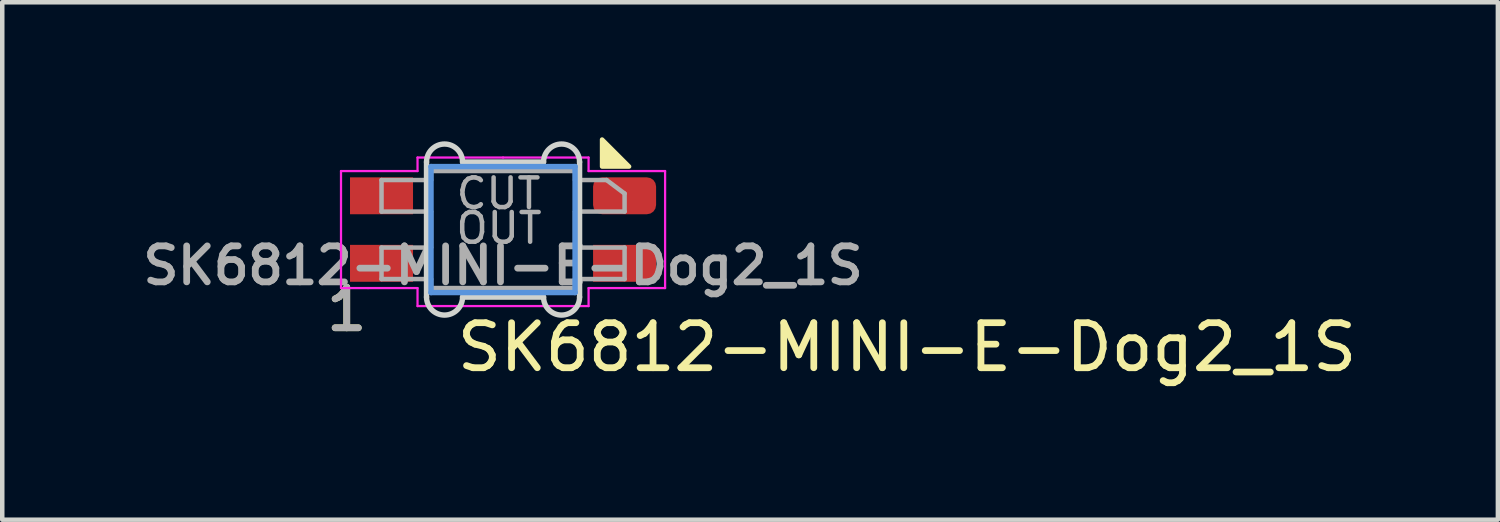
<source format=kicad_pcb>
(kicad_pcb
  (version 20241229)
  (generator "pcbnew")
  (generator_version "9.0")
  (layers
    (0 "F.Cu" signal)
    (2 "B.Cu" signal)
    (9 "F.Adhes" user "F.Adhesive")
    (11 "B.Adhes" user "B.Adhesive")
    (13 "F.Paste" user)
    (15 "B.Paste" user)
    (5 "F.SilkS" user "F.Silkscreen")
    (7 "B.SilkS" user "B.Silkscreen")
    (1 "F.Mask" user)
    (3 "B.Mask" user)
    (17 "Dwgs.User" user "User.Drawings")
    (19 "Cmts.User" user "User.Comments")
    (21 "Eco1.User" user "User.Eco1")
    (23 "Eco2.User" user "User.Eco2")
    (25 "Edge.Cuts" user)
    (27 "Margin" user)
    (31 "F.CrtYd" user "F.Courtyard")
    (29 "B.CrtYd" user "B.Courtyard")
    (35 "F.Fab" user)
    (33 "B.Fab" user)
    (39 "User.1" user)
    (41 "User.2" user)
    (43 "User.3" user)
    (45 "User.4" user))
  (footprint "SK6812-MINI-E-Dog2_1S"
    (layer "F.Cu")
    (at 8.126 2.05)
    (property "Reference" "SK6812-MINI-E-Dog2_1S" (at 0 0.8 0) (unlocked yes) (layer "F.Fab") (effects (font (size 0.8 0.8) (thickness 0.15))))
    (attr smd)
    (private_layers "User.9")
    (fp_poly (pts (xy 2.8 -1.4) (xy 2.2 -1.4) (xy 2.2 -2)) (stroke (width 0.1) (type solid)) (fill yes) (layer "F.SilkS"))
    (fp_line (start -1.696 1.176) (end -1.696 -1.17) (stroke (width 0.12) (type solid)) (layer "B.Adhes"))
    (fp_line (start -1.196 -1.67) (end 1.196 -1.67) (stroke (width 0.12) (type solid)) (layer "B.Adhes"))
    (fp_line (start 1.196 1.676) (end -1.196 1.676) (stroke (width 0.12) (type solid)) (layer "B.Adhes"))
    (fp_line (start 1.696 -1.17) (end 1.696 1.176) (stroke (width 0.12) (type solid)) (layer "B.Adhes"))
    (fp_arc (start -1.696447 -1.170447) (mid -1.55 -1.524) (end -1.196447 -1.670447) (stroke (width 0.12) (type solid)) (layer "B.Adhes"))
    (fp_arc (start -1.196447 1.676) (mid -1.55 1.529553) (end -1.696447 1.176) (stroke (width 0.12) (type solid)) (layer "B.Adhes"))
    (fp_arc (start 1.196446 -1.670447) (mid 1.549995 -1.523996) (end 1.696446 -1.170447) (stroke (width 0.12) (type solid)) (layer "B.Adhes"))
    (fp_arc (start 1.696447 1.176) (mid 1.550002 1.529555) (end 1.196447 1.676) (stroke (width 0.12) (type solid)) (layer "B.Adhes"))
    (fp_line (start -1.6 -1.4) (end 1.6 -1.4) (stroke (width 0.12) (type solid)) (layer "Cmts.User"))
    (fp_line (start -1.6 1.4) (end -1.6 -1.4) (stroke (width 0.12) (type solid)) (layer "Cmts.User"))
    (fp_line (start 1.6 -1.4) (end 1.6 1.4) (stroke (width 0.12) (type solid)) (layer "Cmts.User"))
    (fp_line (start 1.6 1.4) (end -1.6 1.4) (stroke (width 0.12) (type solid)) (layer "Cmts.User"))
    (fp_line (start -1.7 1.5) (end -1.7 -1.5) (stroke (width 0.12) (type solid)) (layer "Edge.Cuts"))
    (fp_line (start -0.9 -1.5) (end 0.9 -1.5) (stroke (width 0.12) (type solid)) (layer "Edge.Cuts"))
    (fp_line (start 0.9 1.5) (end -0.9 1.5) (stroke (width 0.12) (type solid)) (layer "Edge.Cuts"))
    (fp_line (start 1.7 -1.5) (end 1.7 1.5) (stroke (width 0.12) (type solid)) (layer "Edge.Cuts"))
    (fp_arc (start -1.7 -1.5) (mid -1.3 -1.9) (end -0.9 -1.5) (stroke (width 0.12) (type solid)) (layer "Edge.Cuts"))
    (fp_arc (start -0.9 1.5) (mid -1.3 1.9) (end -1.7 1.5) (stroke (width 0.12) (type solid)) (layer "Edge.Cuts"))
    (fp_arc (start 0.9 -1.5) (mid 1.3 -1.9) (end 1.7 -1.5) (stroke (width 0.12) (type solid)) (layer "Edge.Cuts"))
    (fp_arc (start 1.7 1.5) (mid 1.3 1.9) (end 0.9 1.5) (stroke (width 0.12) (type solid)) (layer "Edge.Cuts"))
    (fp_line (start -3.6 -1.3) (end -1.9 -1.3) (stroke (width 0.05) (type default)) (layer "F.CrtYd"))
    (fp_line (start -3.6 1.3) (end -3.6 -1.3) (stroke (width 0.05) (type default)) (layer "F.CrtYd"))
    (fp_line (start -3 1.3) (end -3.6 1.3) (stroke (width 0.05) (type default)) (layer "F.CrtYd"))
    (fp_line (start -1.9 -1.6) (end 0 -1.6) (stroke (width 0.05) (type default)) (layer "F.CrtYd"))
    (fp_line (start -1.9 -1.3) (end -1.9 -1.6) (stroke (width 0.05) (type default)) (layer "F.CrtYd"))
    (fp_line (start -1.9 1.3) (end -3 1.3) (stroke (width 0.05) (type default)) (layer "F.CrtYd"))
    (fp_line (start -1.9 1.7) (end -1.9 1.3) (stroke (width 0.05) (type default)) (layer "F.CrtYd"))
    (fp_line (start 0 -1.6) (end 1.9 -1.6) (stroke (width 0.05) (type default)) (layer "F.CrtYd"))
    (fp_line (start 1.9 -1.6) (end 1.9 -1.3) (stroke (width 0.05) (type default)) (layer "F.CrtYd"))
    (fp_line (start 1.9 -1.3) (end 3.6 -1.3) (stroke (width 0.05) (type default)) (layer "F.CrtYd"))
    (fp_line (start 1.9 1.3) (end 1.9 1.7) (stroke (width 0.05) (type default)) (layer "F.CrtYd"))
    (fp_line (start 1.9 1.7) (end -1.9 1.7) (stroke (width 0.05) (type default)) (layer "F.CrtYd"))
    (fp_line (start 3.6 -1.3) (end 3.6 1.3) (stroke (width 0.05) (type default)) (layer "F.CrtYd"))
    (fp_line (start 3.6 1.3) (end 1.9 1.3) (stroke (width 0.05) (type default)) (layer "F.CrtYd"))
    (fp_line (start -2.7 -1.1) (end -2.7 -0.4) (stroke (width 0.1) (type default)) (layer "F.Fab"))
    (fp_line (start -2.7 -0.4) (end -1.6 -0.4) (stroke (width 0.1) (type default)) (layer "F.Fab"))
    (fp_line (start -2.7 0.4) (end -2.7 1.1) (stroke (width 0.1) (type default)) (layer "F.Fab"))
    (fp_line (start -2.7 1.1) (end -1.6 1.1) (stroke (width 0.1) (type default)) (layer "F.Fab"))
    (fp_line (start -1.6 -1.3) (end -1.6 -1.1) (stroke (width 0.1) (type default)) (layer "F.Fab"))
    (fp_line (start -1.6 -1.1) (end -2.7 -1.1) (stroke (width 0.1) (type default)) (layer "F.Fab"))
    (fp_line (start -1.6 -0.4) (end -1.6 0.4) (stroke (width 0.1) (type default)) (layer "F.Fab"))
    (fp_line (start -1.6 0.4) (end -2.7 0.4) (stroke (width 0.1) (type default)) (layer "F.Fab"))
    (fp_line (start -1.6 1.1) (end -1.6 1.3) (stroke (width 0.1) (type default)) (layer "F.Fab"))
    (fp_line (start -1.6 1.3) (end 1.6 1.3) (stroke (width 0.1) (type default)) (layer "F.Fab"))
    (fp_line (start 1.6 -1.3) (end -1.6 -1.3) (stroke (width 0.1) (type default)) (layer "F.Fab"))
    (fp_line (start 1.6 -1.1) (end 1.6 -1.3) (stroke (width 0.1) (type default)) (layer "F.Fab"))
    (fp_line (start 1.6 -0.4) (end 2.7 -0.4) (stroke (width 0.1) (type default)) (layer "F.Fab"))
    (fp_line (start 1.6 0.4) (end 1.6 -0.4) (stroke (width 0.1) (type default)) (layer "F.Fab"))
    (fp_line (start 1.6 1.1) (end 2.7 1.1) (stroke (width 0.1) (type default)) (layer "F.Fab"))
    (fp_line (start 1.6 1.3) (end 1.6 1.1) (stroke (width 0.1) (type default)) (layer "F.Fab"))
    (fp_line (start 2.3 -1.1) (end 1.6 -1.1) (stroke (width 0.1) (type default)) (layer "F.Fab"))
    (fp_line (start 2.7 -0.8) (end 2.3 -1.1) (stroke (width 0.1) (type default)) (layer "F.Fab"))
    (fp_line (start 2.7 -0.4) (end 2.7 -0.8) (stroke (width 0.1) (type default)) (layer "F.Fab"))
    (fp_line (start 2.7 0.4) (end 1.6 0.4) (stroke (width 0.1) (type default)) (layer "F.Fab"))
    (fp_line (start 2.7 1.1) (end 2.7 0.4) (stroke (width 0.1) (type default)) (layer "F.Fab"))
    (fp_text user "${REFERENCE}" (at -1.1 3.2 0) (unlocked yes) (layer "F.SilkS") (effects (font (size 1 1) (thickness 0.15)) (justify left bottom)))
    (fp_text user "1" (at -4 2.3 0) (unlocked yes) (layer "F.SilkS") (effects (font (size 0.9 0.9) (thickness 0.15)) (justify left bottom)))
    (fp_text user "CUT" (at -0.1 -0.8 0) (layer "F.Fab") (effects (font (size 0.66 0.66) (thickness 0.1))))
    (fp_text user "OUT" (at -0.09 -0.03 0) (layer "F.Fab") (effects (font (size 0.66 0.66) (thickness 0.1))))
    (fp_text user "1" (at -4 2.3 0) (unlocked yes) (layer "F.Fab") (effects (font (size 0.9 0.9) (thickness 0.15)) (justify left bottom)))
    (fp_text_box "One sided" (start -4.572 4.064) (end 4.826 6.35) (margins 0.8 0.8 0.8 0.8) (layer "User.9") (effects (font (size 1 1) (thickness 0.15)) (justify left top)) (border yes) (stroke (width 0.1) (type solid)))
    (pad "1" smd rect (at -2.7 0.75) (size 1.4 0.82) (layers "F.Cu" "F.Mask" "F.Paste"))
    (pad "2" smd rect (at -2.7 -0.75) (size 1.4 0.82) (layers "F.Cu" "F.Mask" "F.Paste"))
    (pad "3" smd roundrect (at 2.7 -0.75) (size 1.4 0.82) (layers "F.Cu" "F.Mask" "F.Paste") (roundrect_rratio 0.25))
    (pad "4" smd rect (at 2.7 0.75) (size 1.4 0.82) (layers "F.Cu" "F.Mask" "F.Paste")))
  (gr_rect
    (start -3 -3)
    (end 30.228 8.496)
    (stroke (width 0.1) (type default))
    (fill no)
    (layer "Edge.Cuts")))
</source>
